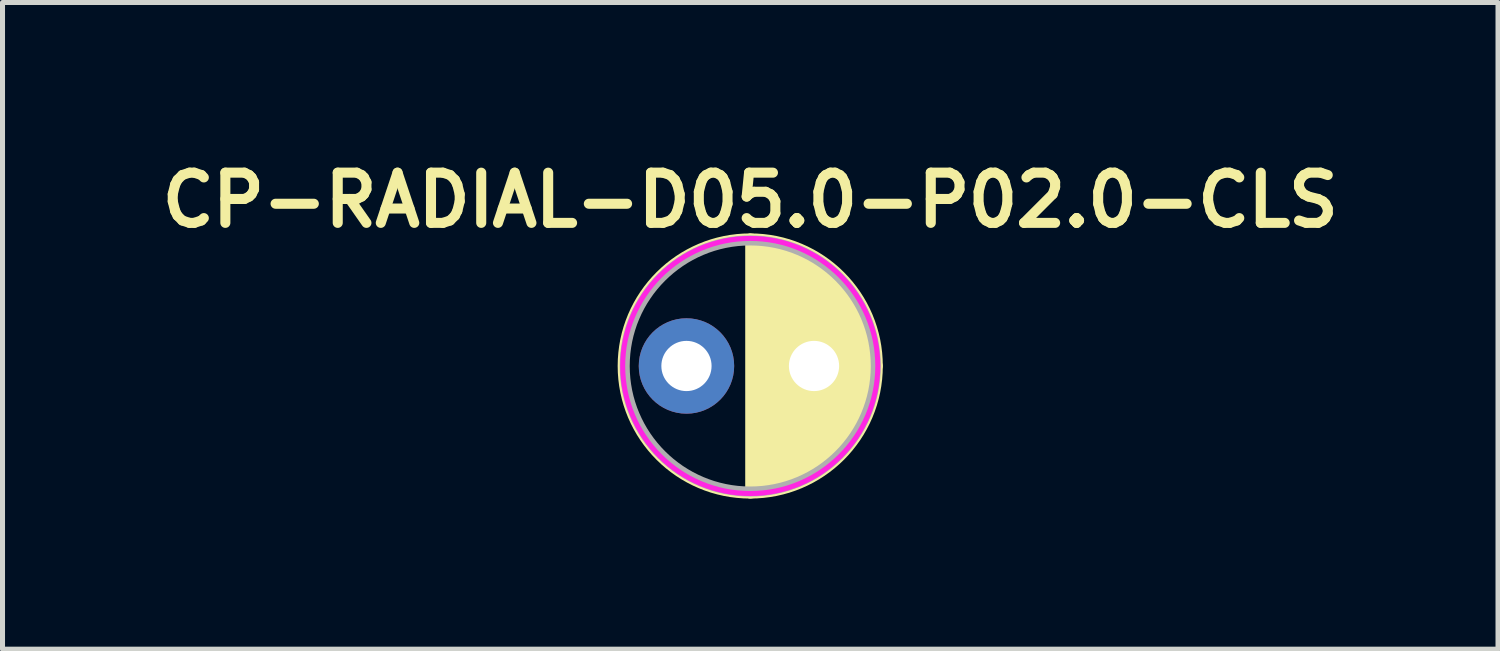
<source format=kicad_pcb>
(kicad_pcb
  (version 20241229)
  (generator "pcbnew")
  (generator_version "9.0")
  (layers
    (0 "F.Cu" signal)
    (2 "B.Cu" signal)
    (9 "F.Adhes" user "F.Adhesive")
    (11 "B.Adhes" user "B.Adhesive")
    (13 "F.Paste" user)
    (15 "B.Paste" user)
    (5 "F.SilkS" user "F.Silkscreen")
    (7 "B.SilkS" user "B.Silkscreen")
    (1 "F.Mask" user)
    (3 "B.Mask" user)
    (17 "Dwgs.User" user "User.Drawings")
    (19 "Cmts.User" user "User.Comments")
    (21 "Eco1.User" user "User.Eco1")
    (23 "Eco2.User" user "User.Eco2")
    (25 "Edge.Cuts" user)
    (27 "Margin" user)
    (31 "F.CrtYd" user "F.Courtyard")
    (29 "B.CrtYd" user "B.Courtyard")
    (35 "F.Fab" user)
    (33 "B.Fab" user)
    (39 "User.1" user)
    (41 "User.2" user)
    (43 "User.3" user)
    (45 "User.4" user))
  (footprint "CP-RADIAL-D05.0-P02.0-CLS"
    (layer "F.Cu")
    (at 11.89 4.238)
    (property "Reference" "CP-RADIAL-D05.0-P02.0-CLS" (at 0 -3.302 0) (layer "F.SilkS") (effects (font (size 1 1) (thickness 0.2))))
    (attr through_hole)
    (fp_circle (center 0 0) (end 2.54 0) (stroke (width 0.2) (type solid)) (fill no) (layer "F.SilkS"))
    (fp_poly (pts (xy 0 -2.54) (xy 0.762 -2.413) (xy 1.905 -1.651) (xy 2.54 0) (xy 1.905 1.651) (xy 0.762 2.413) (xy 0 2.54)) (stroke (width 0.2) (type solid)) (fill yes) (layer "F.SilkS"))
    (fp_circle (center 0 0) (end 2.54 0) (stroke (width 0.1) (type solid)) (fill no) (layer "F.CrtYd"))
    (fp_circle (center 0 0) (end 2.5 0) (stroke (width 0.2) (type solid)) (fill no) (layer "F.Fab"))
    (pad "+" thru_hole circle (at -1.27 0) (size 1.9 1.9) (drill 1) (layers "*.Cu" "*.Mask"))
    (pad "-" thru_hole roundrect (at 1.27 0) (size 1.9 1.9) (drill 1) (layers "*.Cu" "*.Mask") (roundrect_rratio 0.3)))
  (gr_rect
    (start -3 -3)
    (end 26.781 9.878)
    (stroke (width 0.1) (type default))
    (fill no)
    (layer "Edge.Cuts")))
</source>
